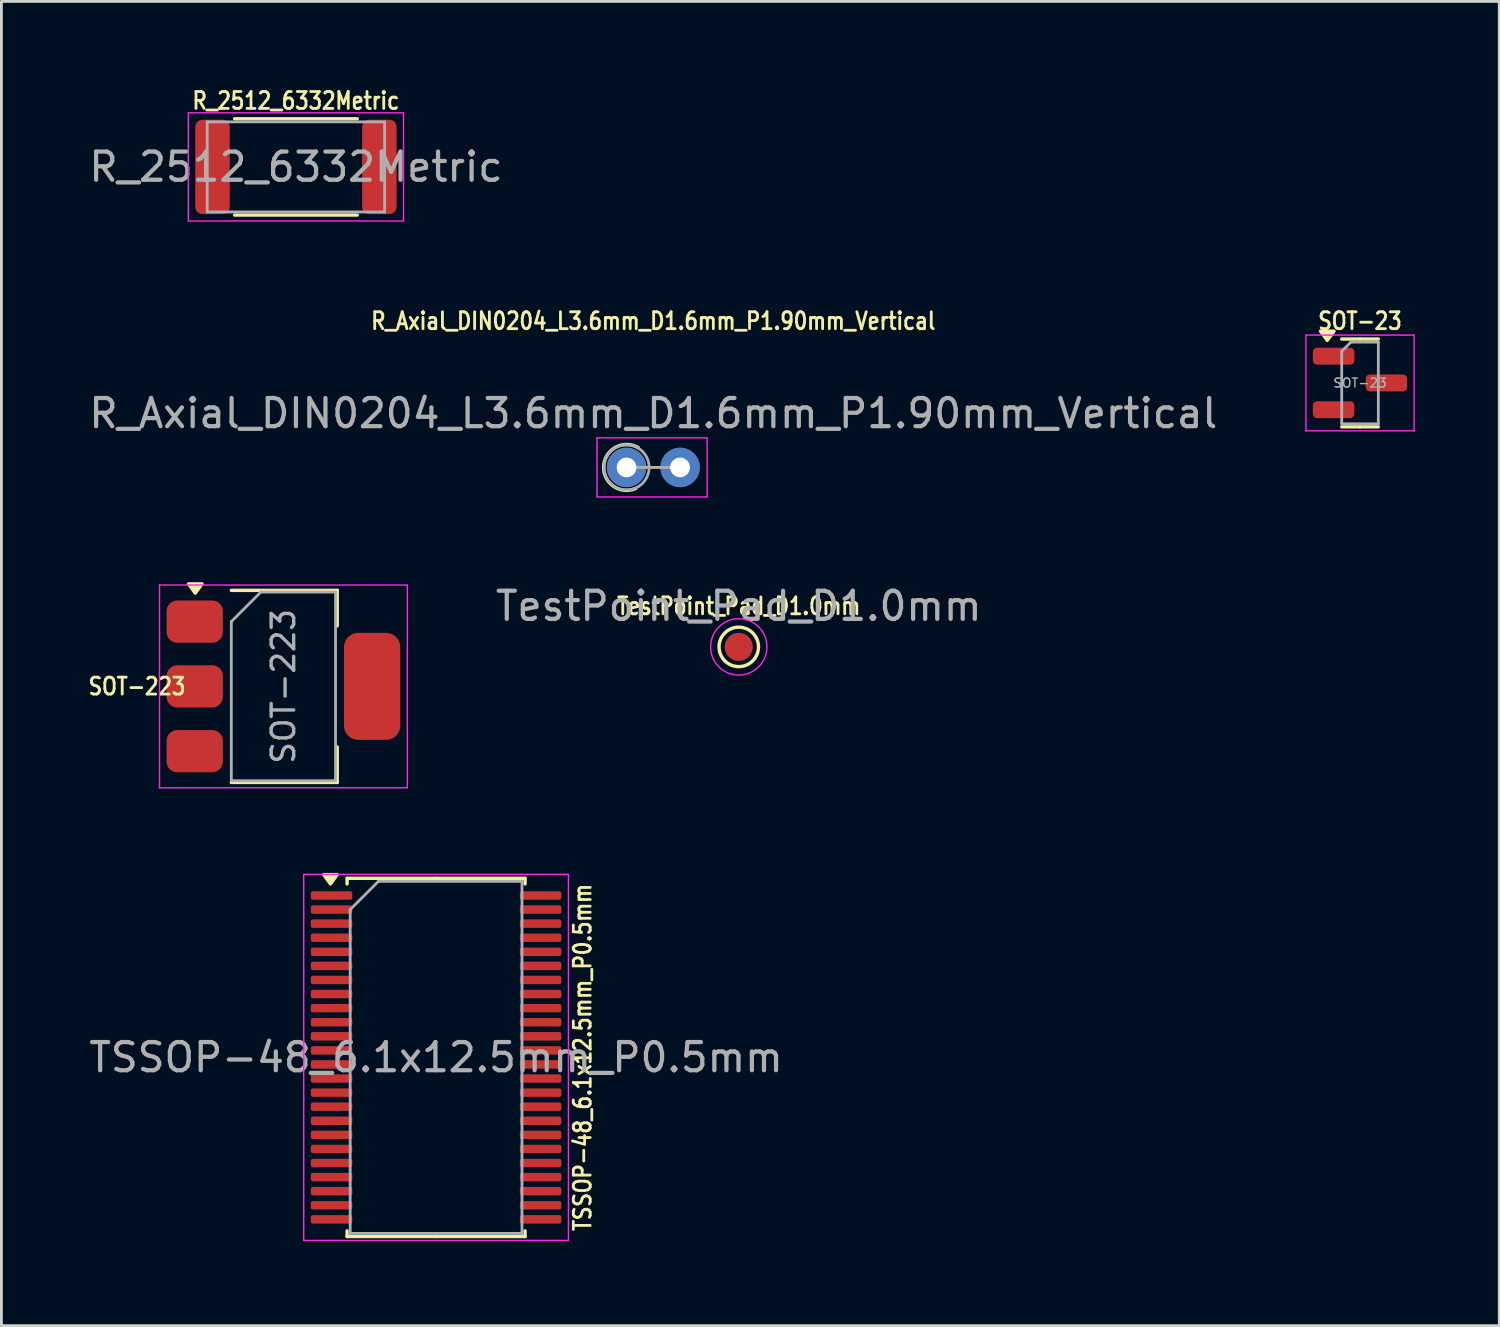
<source format=kicad_pcb>
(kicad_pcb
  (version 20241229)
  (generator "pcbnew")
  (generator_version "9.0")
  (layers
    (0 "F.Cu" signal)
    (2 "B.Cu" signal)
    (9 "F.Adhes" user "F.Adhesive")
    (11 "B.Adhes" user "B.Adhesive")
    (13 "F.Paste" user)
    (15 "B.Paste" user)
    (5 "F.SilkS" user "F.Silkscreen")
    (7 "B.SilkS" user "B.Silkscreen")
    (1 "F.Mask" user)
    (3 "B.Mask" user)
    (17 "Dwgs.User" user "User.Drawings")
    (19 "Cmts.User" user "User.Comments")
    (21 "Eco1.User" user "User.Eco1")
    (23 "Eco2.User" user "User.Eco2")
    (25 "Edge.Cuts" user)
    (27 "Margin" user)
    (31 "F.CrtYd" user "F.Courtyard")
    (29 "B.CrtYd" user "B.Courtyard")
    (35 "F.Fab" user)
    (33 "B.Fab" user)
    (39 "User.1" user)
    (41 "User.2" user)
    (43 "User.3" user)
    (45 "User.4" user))
  (footprint "R_2512_6332Metric"
    (layer "F.Cu")
    (at 7.458 2.877)
    (property "Reference" "R_2512_6332Metric" (at 0 -2.35 0) (layer "F.SilkS") (effects (font (size 0.6 0.5) (thickness 0.1))))
    (attr smd)
    (fp_line (start -2.177 -1.71) (end 2.177 -1.71) (stroke (width 0.12) (type solid)) (layer "F.SilkS"))
    (fp_line (start -2.177 1.71) (end 2.177 1.71) (stroke (width 0.12) (type solid)) (layer "F.SilkS"))
    (fp_line (start -3.82 -1.92) (end 3.82 -1.92) (stroke (width 0.05) (type solid)) (layer "F.CrtYd"))
    (fp_line (start -3.82 1.92) (end -3.82 -1.92) (stroke (width 0.05) (type solid)) (layer "F.CrtYd"))
    (fp_line (start 3.82 -1.92) (end 3.82 1.92) (stroke (width 0.05) (type solid)) (layer "F.CrtYd"))
    (fp_line (start 3.82 1.92) (end -3.82 1.92) (stroke (width 0.05) (type solid)) (layer "F.CrtYd"))
    (fp_line (start -3.15 -1.6) (end 3.15 -1.6) (stroke (width 0.1) (type solid)) (layer "F.Fab"))
    (fp_line (start -3.15 1.6) (end -3.15 -1.6) (stroke (width 0.1) (type solid)) (layer "F.Fab"))
    (fp_line (start 3.15 -1.6) (end 3.15 1.6) (stroke (width 0.1) (type solid)) (layer "F.Fab"))
    (fp_line (start 3.15 1.6) (end -3.15 1.6) (stroke (width 0.1) (type solid)) (layer "F.Fab"))
    (fp_text user "${REFERENCE}" (at 0 0 0) (layer "F.Fab") (effects (font (size 1 1) (thickness 0.15))))
    (pad "1" smd roundrect (at -2.962 0) (size 1.225 3.35) (layers "F.Cu" "F.Mask" "F.Paste") (roundrect_rratio 0.204))
    (pad "2" smd roundrect (at 2.962 0) (size 1.225 3.35) (layers "F.Cu" "F.Mask" "F.Paste") (roundrect_rratio 0.204)))
  (footprint "TSSOP-48_6.1x12.5mm_P0.5mm"
    (layer "F.Cu")
    (at 12.435 34.498)
    (property "Reference" "TSSOP-48_6.1x12.5mm_P0.5mm" (at 5.2 0 90) (layer "F.SilkS") (effects (font (size 0.6 0.5) (thickness 0.1))))
    (attr smd)
    (fp_line (start -3.16 -6.36) (end -3.16 -6.16) (stroke (width 0.12) (type solid)) (layer "F.SilkS"))
    (fp_line (start -3.16 6.36) (end -3.16 6.16) (stroke (width 0.12) (type solid)) (layer "F.SilkS"))
    (fp_line (start 0 -6.36) (end -3.16 -6.36) (stroke (width 0.12) (type solid)) (layer "F.SilkS"))
    (fp_line (start 0 -6.36) (end 3.16 -6.36) (stroke (width 0.12) (type solid)) (layer "F.SilkS"))
    (fp_line (start 0 6.36) (end -3.16 6.36) (stroke (width 0.12) (type solid)) (layer "F.SilkS"))
    (fp_line (start 0 6.36) (end 3.16 6.36) (stroke (width 0.12) (type solid)) (layer "F.SilkS"))
    (fp_line (start 3.16 -6.36) (end 3.16 -6.16) (stroke (width 0.12) (type solid)) (layer "F.SilkS"))
    (fp_line (start 3.16 6.36) (end 3.16 6.16) (stroke (width 0.12) (type solid)) (layer "F.SilkS"))
    (fp_poly (pts (xy -3.75 -6.16) (xy -3.99 -6.49) (xy -3.51 -6.49) (xy -3.75 -6.16)) (stroke (width 0.12) (type solid)) (fill yes) (layer "F.SilkS"))
    (fp_line (start -4.7 -6.5) (end -4.7 6.5) (stroke (width 0.05) (type solid)) (layer "F.CrtYd"))
    (fp_line (start -4.7 6.5) (end 4.7 6.5) (stroke (width 0.05) (type solid)) (layer "F.CrtYd"))
    (fp_line (start 4.7 -6.5) (end -4.7 -6.5) (stroke (width 0.05) (type solid)) (layer "F.CrtYd"))
    (fp_line (start 4.7 6.5) (end 4.7 -6.5) (stroke (width 0.05) (type solid)) (layer "F.CrtYd"))
    (fp_line (start -3.05 -5.25) (end -2.05 -6.25) (stroke (width 0.1) (type solid)) (layer "F.Fab"))
    (fp_line (start -3.05 6.25) (end -3.05 -5.25) (stroke (width 0.1) (type solid)) (layer "F.Fab"))
    (fp_line (start -2.05 -6.25) (end 3.05 -6.25) (stroke (width 0.1) (type solid)) (layer "F.Fab"))
    (fp_line (start 3.05 -6.25) (end 3.05 6.25) (stroke (width 0.1) (type solid)) (layer "F.Fab"))
    (fp_line (start 3.05 6.25) (end -3.05 6.25) (stroke (width 0.1) (type solid)) (layer "F.Fab"))
    (fp_text user "${REFERENCE}" (at 0 0 0) (layer "F.Fab") (effects (font (size 1 1) (thickness 0.15))))
    (pad "1" smd roundrect (at -3.712 -5.75) (size 1.475 0.3) (layers "F.Cu" "F.Mask" "F.Paste") (roundrect_rratio 0.25))
    (pad "2" smd roundrect (at -3.712 -5.25) (size 1.475 0.3) (layers "F.Cu" "F.Mask" "F.Paste") (roundrect_rratio 0.25))
    (pad "3" smd roundrect (at -3.712 -4.75) (size 1.475 0.3) (layers "F.Cu" "F.Mask" "F.Paste") (roundrect_rratio 0.25))
    (pad "4" smd roundrect (at -3.712 -4.25) (size 1.475 0.3) (layers "F.Cu" "F.Mask" "F.Paste") (roundrect_rratio 0.25))
    (pad "5" smd roundrect (at -3.712 -3.75) (size 1.475 0.3) (layers "F.Cu" "F.Mask" "F.Paste") (roundrect_rratio 0.25))
    (pad "6" smd roundrect (at -3.712 -3.25) (size 1.475 0.3) (layers "F.Cu" "F.Mask" "F.Paste") (roundrect_rratio 0.25))
    (pad "7" smd roundrect (at -3.712 -2.75) (size 1.475 0.3) (layers "F.Cu" "F.Mask" "F.Paste") (roundrect_rratio 0.25))
    (pad "8" smd roundrect (at -3.712 -2.25) (size 1.475 0.3) (layers "F.Cu" "F.Mask" "F.Paste") (roundrect_rratio 0.25))
    (pad "9" smd roundrect (at -3.712 -1.75) (size 1.475 0.3) (layers "F.Cu" "F.Mask" "F.Paste") (roundrect_rratio 0.25))
    (pad "10" smd roundrect (at -3.712 -1.25) (size 1.475 0.3) (layers "F.Cu" "F.Mask" "F.Paste") (roundrect_rratio 0.25))
    (pad "11" smd roundrect (at -3.712 -0.75) (size 1.475 0.3) (layers "F.Cu" "F.Mask" "F.Paste") (roundrect_rratio 0.25))
    (pad "12" smd roundrect (at -3.712 -0.25) (size 1.475 0.3) (layers "F.Cu" "F.Mask" "F.Paste") (roundrect_rratio 0.25))
    (pad "13" smd roundrect (at -3.712 0.25) (size 1.475 0.3) (layers "F.Cu" "F.Mask" "F.Paste") (roundrect_rratio 0.25))
    (pad "14" smd roundrect (at -3.712 0.75) (size 1.475 0.3) (layers "F.Cu" "F.Mask" "F.Paste") (roundrect_rratio 0.25))
    (pad "15" smd roundrect (at -3.712 1.25) (size 1.475 0.3) (layers "F.Cu" "F.Mask" "F.Paste") (roundrect_rratio 0.25))
    (pad "16" smd roundrect (at -3.712 1.75) (size 1.475 0.3) (layers "F.Cu" "F.Mask" "F.Paste") (roundrect_rratio 0.25))
    (pad "17" smd roundrect (at -3.712 2.25) (size 1.475 0.3) (layers "F.Cu" "F.Mask" "F.Paste") (roundrect_rratio 0.25))
    (pad "18" smd roundrect (at -3.712 2.75) (size 1.475 0.3) (layers "F.Cu" "F.Mask" "F.Paste") (roundrect_rratio 0.25))
    (pad "19" smd roundrect (at -3.712 3.25) (size 1.475 0.3) (layers "F.Cu" "F.Mask" "F.Paste") (roundrect_rratio 0.25))
    (pad "20" smd roundrect (at -3.712 3.75) (size 1.475 0.3) (layers "F.Cu" "F.Mask" "F.Paste") (roundrect_rratio 0.25))
    (pad "21" smd roundrect (at -3.712 4.25) (size 1.475 0.3) (layers "F.Cu" "F.Mask" "F.Paste") (roundrect_rratio 0.25))
    (pad "22" smd roundrect (at -3.712 4.75) (size 1.475 0.3) (layers "F.Cu" "F.Mask" "F.Paste") (roundrect_rratio 0.25))
    (pad "23" smd roundrect (at -3.712 5.25) (size 1.475 0.3) (layers "F.Cu" "F.Mask" "F.Paste") (roundrect_rratio 0.25))
    (pad "24" smd roundrect (at -3.712 5.75) (size 1.475 0.3) (layers "F.Cu" "F.Mask" "F.Paste") (roundrect_rratio 0.25))
    (pad "25" smd roundrect (at 3.712 5.75) (size 1.475 0.3) (layers "F.Cu" "F.Mask" "F.Paste") (roundrect_rratio 0.25))
    (pad "26" smd roundrect (at 3.712 5.25) (size 1.475 0.3) (layers "F.Cu" "F.Mask" "F.Paste") (roundrect_rratio 0.25))
    (pad "27" smd roundrect (at 3.712 4.75) (size 1.475 0.3) (layers "F.Cu" "F.Mask" "F.Paste") (roundrect_rratio 0.25))
    (pad "28" smd roundrect (at 3.712 4.25) (size 1.475 0.3) (layers "F.Cu" "F.Mask" "F.Paste") (roundrect_rratio 0.25))
    (pad "29" smd roundrect (at 3.712 3.75) (size 1.475 0.3) (layers "F.Cu" "F.Mask" "F.Paste") (roundrect_rratio 0.25))
    (pad "30" smd roundrect (at 3.712 3.25) (size 1.475 0.3) (layers "F.Cu" "F.Mask" "F.Paste") (roundrect_rratio 0.25))
    (pad "31" smd roundrect (at 3.712 2.75) (size 1.475 0.3) (layers "F.Cu" "F.Mask" "F.Paste") (roundrect_rratio 0.25))
    (pad "32" smd roundrect (at 3.712 2.25) (size 1.475 0.3) (layers "F.Cu" "F.Mask" "F.Paste") (roundrect_rratio 0.25))
    (pad "33" smd roundrect (at 3.712 1.75) (size 1.475 0.3) (layers "F.Cu" "F.Mask" "F.Paste") (roundrect_rratio 0.25))
    (pad "34" smd roundrect (at 3.712 1.25) (size 1.475 0.3) (layers "F.Cu" "F.Mask" "F.Paste") (roundrect_rratio 0.25))
    (pad "35" smd roundrect (at 3.712 0.75) (size 1.475 0.3) (layers "F.Cu" "F.Mask" "F.Paste") (roundrect_rratio 0.25))
    (pad "36" smd roundrect (at 3.712 0.25) (size 1.475 0.3) (layers "F.Cu" "F.Mask" "F.Paste") (roundrect_rratio 0.25))
    (pad "37" smd roundrect (at 3.712 -0.25) (size 1.475 0.3) (layers "F.Cu" "F.Mask" "F.Paste") (roundrect_rratio 0.25))
    (pad "38" smd roundrect (at 3.712 -0.75) (size 1.475 0.3) (layers "F.Cu" "F.Mask" "F.Paste") (roundrect_rratio 0.25))
    (pad "39" smd roundrect (at 3.712 -1.25) (size 1.475 0.3) (layers "F.Cu" "F.Mask" "F.Paste") (roundrect_rratio 0.25))
    (pad "40" smd roundrect (at 3.712 -1.75) (size 1.475 0.3) (layers "F.Cu" "F.Mask" "F.Paste") (roundrect_rratio 0.25))
    (pad "41" smd roundrect (at 3.712 -2.25) (size 1.475 0.3) (layers "F.Cu" "F.Mask" "F.Paste") (roundrect_rratio 0.25))
    (pad "42" smd roundrect (at 3.712 -2.75) (size 1.475 0.3) (layers "F.Cu" "F.Mask" "F.Paste") (roundrect_rratio 0.25))
    (pad "43" smd roundrect (at 3.712 -3.25) (size 1.475 0.3) (layers "F.Cu" "F.Mask" "F.Paste") (roundrect_rratio 0.25))
    (pad "44" smd roundrect (at 3.712 -3.75) (size 1.475 0.3) (layers "F.Cu" "F.Mask" "F.Paste") (roundrect_rratio 0.25))
    (pad "45" smd roundrect (at 3.712 -4.25) (size 1.475 0.3) (layers "F.Cu" "F.Mask" "F.Paste") (roundrect_rratio 0.25))
    (pad "46" smd roundrect (at 3.712 -4.75) (size 1.475 0.3) (layers "F.Cu" "F.Mask" "F.Paste") (roundrect_rratio 0.25))
    (pad "47" smd roundrect (at 3.712 -5.25) (size 1.475 0.3) (layers "F.Cu" "F.Mask" "F.Paste") (roundrect_rratio 0.25))
    (pad "48" smd roundrect (at 3.712 -5.75) (size 1.475 0.3) (layers "F.Cu" "F.Mask" "F.Paste") (roundrect_rratio 0.25)))
  (footprint "TestPoint_Pad_D1.0mm"
    (layer "F.Cu")
    (at 23.183 19.921)
    (property "Reference" "TestPoint_Pad_D1.0mm" (at 0 -1.448 0) (layer "F.SilkS") (effects (font (size 0.6 0.5) (thickness 0.1))))
    (attr exclude_from_pos_files)
    (fp_circle (center 0 0) (end 0 0.7) (stroke (width 0.12) (type solid)) (fill no) (layer "F.SilkS"))
    (fp_circle (center 0 0) (end 1 0) (stroke (width 0.05) (type solid)) (fill no) (layer "F.CrtYd"))
    (fp_text user "${REFERENCE}" (at 0 -1.45 0) (layer "F.Fab") (effects (font (size 1 1) (thickness 0.15))))
    (pad "1" smd circle (at 0 0) (size 1 1) (layers "F.Cu" "F.Mask")))
  (footprint "SOT-23"
    (layer "F.Cu")
    (at 45.243 10.548)
    (property "Reference" "SOT-23" (at 0 -2.2 0) (layer "F.SilkS") (effects (font (size 0.6 0.5) (thickness 0.1))))
    (attr smd)
    (fp_line (start 0 -1.56) (end -0.65 -1.56) (stroke (width 0.12) (type solid)) (layer "F.SilkS"))
    (fp_line (start 0 -1.56) (end 0.65 -1.56) (stroke (width 0.12) (type solid)) (layer "F.SilkS"))
    (fp_line (start 0 1.56) (end -0.65 1.56) (stroke (width 0.12) (type solid)) (layer "F.SilkS"))
    (fp_line (start 0 1.56) (end 0.65 1.56) (stroke (width 0.12) (type solid)) (layer "F.SilkS"))
    (fp_poly (pts (xy -1.163 -1.51) (xy -1.403 -1.84) (xy -0.922 -1.84) (xy -1.163 -1.51)) (stroke (width 0.12) (type solid)) (fill yes) (layer "F.SilkS"))
    (fp_line (start -1.92 -1.7) (end -1.92 1.7) (stroke (width 0.05) (type solid)) (layer "F.CrtYd"))
    (fp_line (start -1.92 1.7) (end 1.92 1.7) (stroke (width 0.05) (type solid)) (layer "F.CrtYd"))
    (fp_line (start 1.92 -1.7) (end -1.92 -1.7) (stroke (width 0.05) (type solid)) (layer "F.CrtYd"))
    (fp_line (start 1.92 1.7) (end 1.92 -1.7) (stroke (width 0.05) (type solid)) (layer "F.CrtYd"))
    (fp_line (start -0.65 -1.125) (end -0.325 -1.45) (stroke (width 0.1) (type solid)) (layer "F.Fab"))
    (fp_line (start -0.65 1.45) (end -0.65 -1.125) (stroke (width 0.1) (type solid)) (layer "F.Fab"))
    (fp_line (start -0.325 -1.45) (end 0.65 -1.45) (stroke (width 0.1) (type solid)) (layer "F.Fab"))
    (fp_line (start 0.65 -1.45) (end 0.65 1.45) (stroke (width 0.1) (type solid)) (layer "F.Fab"))
    (fp_line (start 0.65 1.45) (end -0.65 1.45) (stroke (width 0.1) (type solid)) (layer "F.Fab"))
    (fp_text user "${REFERENCE}" (at 0 0 0) (layer "F.Fab") (effects (font (size 0.32 0.32) (thickness 0.05))))
    (pad "1" smd roundrect (at -0.938 -0.95) (size 1.475 0.6) (layers "F.Cu" "F.Mask" "F.Paste") (roundrect_rratio 0.25))
    (pad "2" smd roundrect (at -0.938 0.95) (size 1.475 0.6) (layers "F.Cu" "F.Mask" "F.Paste") (roundrect_rratio 0.25))
    (pad "3" smd roundrect (at 0.938 0) (size 1.475 0.6) (layers "F.Cu" "F.Mask" "F.Paste") (roundrect_rratio 0.25)))
  (footprint "R_Axial_DIN0204_L3.6mm_D1.6mm_P1.90mm_Vertical"
    (layer "F.Cu")
    (at 19.199 13.548)
    (property "Reference" "R_Axial_DIN0204_L3.6mm_D1.6mm_P1.90mm_Vertical" (at 0.95 -5.2 0) (layer "F.SilkS") (effects (font (size 0.6 0.5) (thickness 0.1))))
    (attr through_hole)
    (fp_arc (start 0.320095 0.749359) (mid -0.813042 -0.054435) (end 0.417133 -0.7) (stroke (width 0.12) (type solid)) (layer "F.SilkS"))
    (fp_line (start -1.05 -1.05) (end -1.05 1.05) (stroke (width 0.05) (type solid)) (layer "F.CrtYd"))
    (fp_line (start -1.05 1.05) (end 2.86 1.05) (stroke (width 0.05) (type solid)) (layer "F.CrtYd"))
    (fp_line (start 2.86 -1.05) (end -1.05 -1.05) (stroke (width 0.05) (type solid)) (layer "F.CrtYd"))
    (fp_line (start 2.86 1.05) (end 2.86 -1.05) (stroke (width 0.05) (type solid)) (layer "F.CrtYd"))
    (fp_line (start 0 0) (end 1.9 0) (stroke (width 0.1) (type solid)) (layer "F.Fab"))
    (fp_circle (center 0 0) (end 0.8 0) (stroke (width 0.1) (type solid)) (fill no) (layer "F.Fab"))
    (fp_text user "${REFERENCE}" (at 0.95 -1.92 0) (layer "F.Fab") (effects (font (size 1 1) (thickness 0.15))))
    (pad "1" thru_hole circle (at 0 0) (size 1.4 1.4) (drill 0.7) (layers "*.Cu" "*.Mask"))
    (pad "2" thru_hole oval (at 1.9 0) (size 1.4 1.4) (drill 0.7) (layers "*.Cu" "*.Mask")))
  (footprint "SOT-223"
    (layer "F.Cu")
    (at 7.014 21.323)
    (property "Reference" "SOT-223" (at -5.2 0 0) (layer "F.SilkS") (effects (font (size 0.6 0.5) (thickness 0.1))))
    (attr smd)
    (fp_line (start -1.85 -3.41) (end 1.91 -3.41) (stroke (width 0.12) (type solid)) (layer "F.SilkS"))
    (fp_line (start -1.85 3.41) (end 1.91 3.41) (stroke (width 0.12) (type solid)) (layer "F.SilkS"))
    (fp_line (start 1.91 -3.41) (end 1.91 -2.15) (stroke (width 0.12) (type solid)) (layer "F.SilkS"))
    (fp_line (start 1.91 3.41) (end 1.91 2.15) (stroke (width 0.12) (type solid)) (layer "F.SilkS"))
    (fp_poly (pts (xy -3.13 -3.31) (xy -3.37 -3.64) (xy -2.89 -3.64) (xy -3.13 -3.31)) (stroke (width 0.12) (type solid)) (fill yes) (layer "F.SilkS"))
    (fp_line (start -4.4 -3.6) (end -4.4 3.6) (stroke (width 0.05) (type solid)) (layer "F.CrtYd"))
    (fp_line (start -4.4 3.6) (end 4.4 3.6) (stroke (width 0.05) (type solid)) (layer "F.CrtYd"))
    (fp_line (start 4.4 -3.6) (end -4.4 -3.6) (stroke (width 0.05) (type solid)) (layer "F.CrtYd"))
    (fp_line (start 4.4 3.6) (end 4.4 -3.6) (stroke (width 0.05) (type solid)) (layer "F.CrtYd"))
    (fp_line (start -1.85 -2.3) (end -1.85 3.35) (stroke (width 0.1) (type solid)) (layer "F.Fab"))
    (fp_line (start -1.85 -2.3) (end -0.8 -3.35) (stroke (width 0.1) (type solid)) (layer "F.Fab"))
    (fp_line (start -1.85 3.35) (end 1.85 3.35) (stroke (width 0.1) (type solid)) (layer "F.Fab"))
    (fp_line (start -0.8 -3.35) (end 1.85 -3.35) (stroke (width 0.1) (type solid)) (layer "F.Fab"))
    (fp_line (start 1.85 -3.35) (end 1.85 3.35) (stroke (width 0.1) (type solid)) (layer "F.Fab"))
    (fp_text user "${REFERENCE}" (at 0 0 90) (layer "F.Fab") (effects (font (size 0.8 0.8) (thickness 0.12))))
    (pad "1" smd roundrect (at -3.15 -2.3) (size 2 1.5) (layers "F.Cu" "F.Mask" "F.Paste") (roundrect_rratio 0.25))
    (pad "2" smd roundrect (at -3.15 0) (size 2 1.5) (layers "F.Cu" "F.Mask" "F.Paste") (roundrect_rratio 0.25))
    (pad "3" smd roundrect (at -3.15 2.3) (size 2 1.5) (layers "F.Cu" "F.Mask" "F.Paste") (roundrect_rratio 0.25))
    (pad "4" smd roundrect (at 3.15 0) (size 2 3.8) (layers "F.Cu" "F.Mask" "F.Paste") (roundrect_rratio 0.25)))
  (gr_rect
    (start -3 -3)
    (end 50.188 44.023)
    (stroke (width 0.1) (type default))
    (fill no)
    (layer "Edge.Cuts")))
</source>
